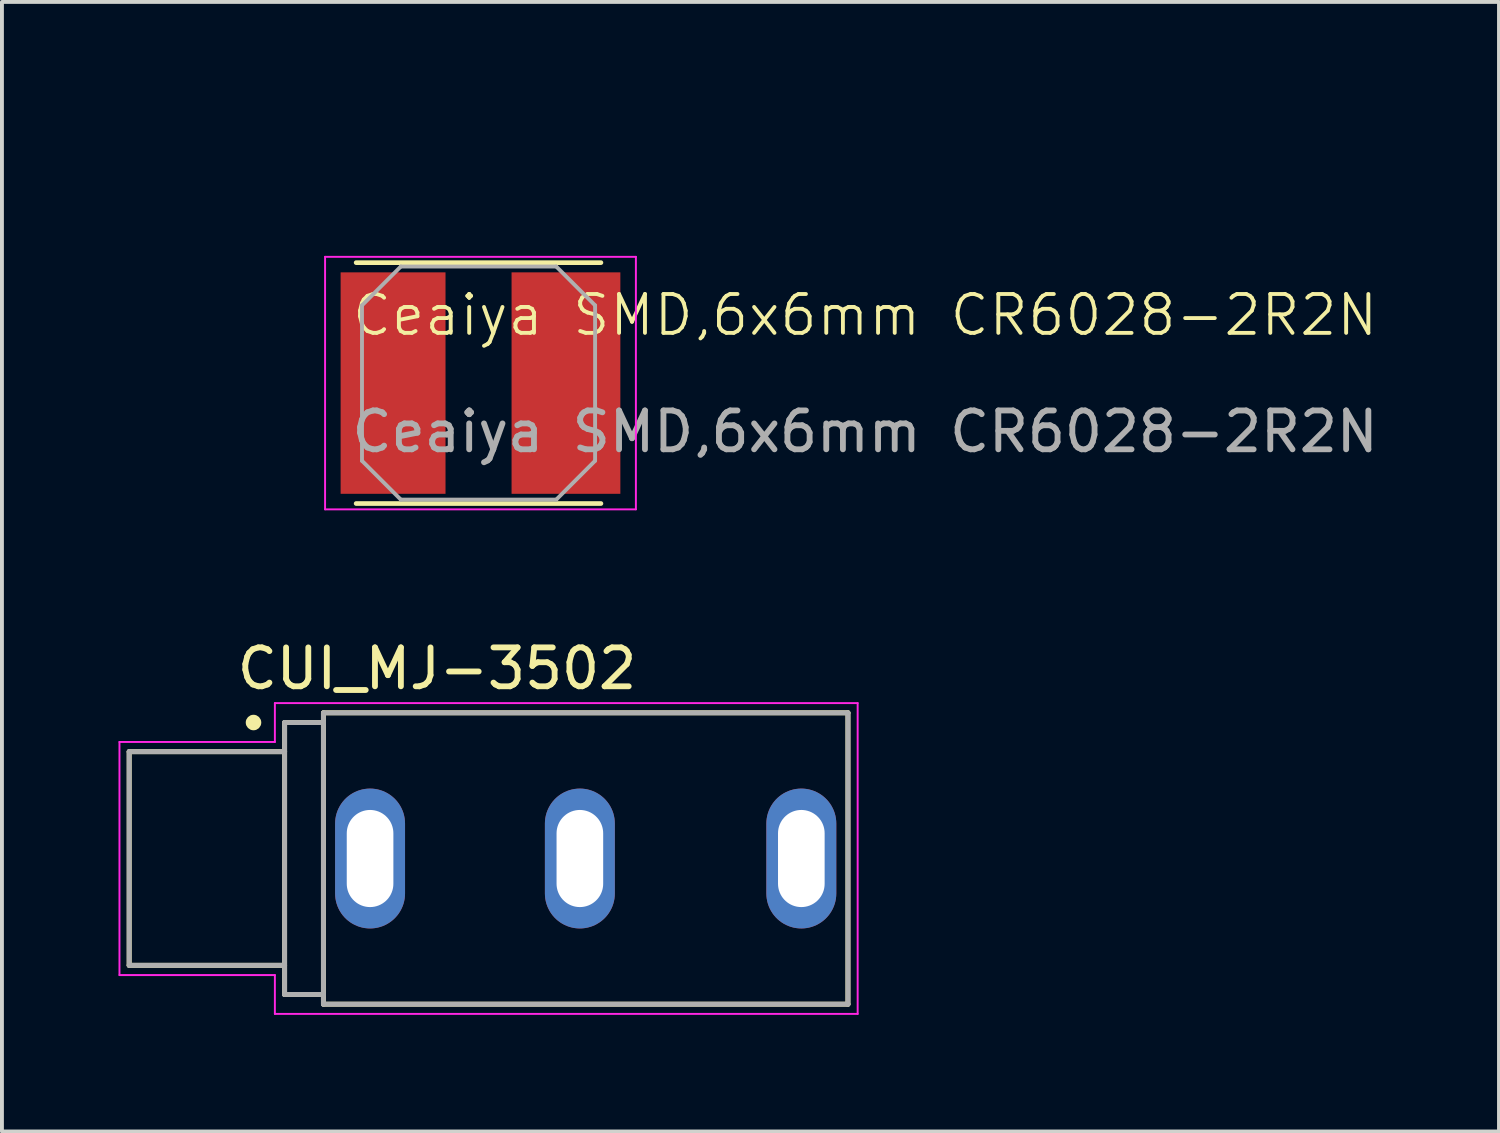
<source format=kicad_pcb>
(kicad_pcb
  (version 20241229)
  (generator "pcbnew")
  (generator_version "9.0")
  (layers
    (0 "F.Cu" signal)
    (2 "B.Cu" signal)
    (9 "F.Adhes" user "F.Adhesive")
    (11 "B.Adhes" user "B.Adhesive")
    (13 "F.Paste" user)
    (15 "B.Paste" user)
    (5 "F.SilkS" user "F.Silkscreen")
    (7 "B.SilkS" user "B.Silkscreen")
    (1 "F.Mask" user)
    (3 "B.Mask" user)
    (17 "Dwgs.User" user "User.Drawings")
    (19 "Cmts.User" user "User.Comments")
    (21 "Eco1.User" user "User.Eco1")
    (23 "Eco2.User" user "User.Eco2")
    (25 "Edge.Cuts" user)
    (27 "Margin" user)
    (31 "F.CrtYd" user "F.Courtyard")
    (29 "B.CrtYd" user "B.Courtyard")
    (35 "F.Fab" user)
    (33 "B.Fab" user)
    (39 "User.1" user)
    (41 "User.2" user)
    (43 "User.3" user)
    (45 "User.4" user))
  (footprint "CUI_MJ-3502"
    (layer "F.Cu")
    (at 12.025 19.047)
    (property "Reference" "CUI_MJ-3502" (at -3.827 -4.888 0) (layer "F.SilkS") (effects (font (size 1.001 1.001) (thickness 0.15))))
    (attr through_hole)
    (fp_line (start -11.75 -2.75) (end -11.75 2.75) (stroke (width 0.127) (type solid)) (layer "F.SilkS"))
    (fp_line (start -11.75 2.75) (end -7.75 2.75) (stroke (width 0.127) (type solid)) (layer "F.SilkS"))
    (fp_line (start -7.75 -3.5) (end -7.75 -2.75) (stroke (width 0.127) (type solid)) (layer "F.SilkS"))
    (fp_line (start -7.75 -2.75) (end -11.75 -2.75) (stroke (width 0.127) (type solid)) (layer "F.SilkS"))
    (fp_line (start -7.75 -2.75) (end -7.75 2.75) (stroke (width 0.127) (type solid)) (layer "F.SilkS"))
    (fp_line (start -7.75 2.75) (end -7.75 3.5) (stroke (width 0.127) (type solid)) (layer "F.SilkS"))
    (fp_line (start -7.75 3.5) (end -6.75 3.5) (stroke (width 0.127) (type solid)) (layer "F.SilkS"))
    (fp_line (start -6.75 -3.75) (end 6.75 -3.75) (stroke (width 0.127) (type solid)) (layer "F.SilkS"))
    (fp_line (start -6.75 -3.5) (end -7.75 -3.5) (stroke (width 0.127) (type solid)) (layer "F.SilkS"))
    (fp_line (start -6.75 -3.5) (end -6.75 -3.75) (stroke (width 0.127) (type solid)) (layer "F.SilkS"))
    (fp_line (start -6.75 3.5) (end -6.75 -3.5) (stroke (width 0.127) (type solid)) (layer "F.SilkS"))
    (fp_line (start -6.75 3.75) (end -6.75 3.5) (stroke (width 0.127) (type solid)) (layer "F.SilkS"))
    (fp_line (start 6.75 -3.75) (end 6.75 3.75) (stroke (width 0.127) (type solid)) (layer "F.SilkS"))
    (fp_line (start 6.75 3.75) (end -6.75 3.75) (stroke (width 0.127) (type solid)) (layer "F.SilkS"))
    (fp_circle (center -8.55 -3.5) (end -8.45 -3.5) (stroke (width 0.2) (type solid)) (fill no) (layer "F.SilkS"))
    (fp_line (start -12 -3) (end -8 -3) (stroke (width 0.05) (type solid)) (layer "F.CrtYd"))
    (fp_line (start -12 3) (end -12 -3) (stroke (width 0.05) (type solid)) (layer "F.CrtYd"))
    (fp_line (start -8 -4) (end 7 -4) (stroke (width 0.05) (type solid)) (layer "F.CrtYd"))
    (fp_line (start -8 -3) (end -8 -4) (stroke (width 0.05) (type solid)) (layer "F.CrtYd"))
    (fp_line (start -8 3) (end -12 3) (stroke (width 0.05) (type solid)) (layer "F.CrtYd"))
    (fp_line (start -8 4) (end -8 3) (stroke (width 0.05) (type solid)) (layer "F.CrtYd"))
    (fp_line (start 7 -4) (end 7 4) (stroke (width 0.05) (type solid)) (layer "F.CrtYd"))
    (fp_line (start 7 4) (end -8 4) (stroke (width 0.05) (type solid)) (layer "F.CrtYd"))
    (fp_line (start -11.75 -2.75) (end -11.75 2.75) (stroke (width 0.127) (type solid)) (layer "F.Fab"))
    (fp_line (start -11.75 2.75) (end -7.8 2.75) (stroke (width 0.127) (type solid)) (layer "F.Fab"))
    (fp_line (start -7.75 -3.5) (end -7.75 -2.75) (stroke (width 0.127) (type solid)) (layer "F.Fab"))
    (fp_line (start -7.75 -2.75) (end -11.75 -2.75) (stroke (width 0.127) (type solid)) (layer "F.Fab"))
    (fp_line (start -7.75 -2.75) (end -7.75 3.5) (stroke (width 0.127) (type solid)) (layer "F.Fab"))
    (fp_line (start -7.75 3.5) (end -6.75 3.5) (stroke (width 0.127) (type solid)) (layer "F.Fab"))
    (fp_line (start -6.75 -3.75) (end 6.75 -3.75) (stroke (width 0.127) (type solid)) (layer "F.Fab"))
    (fp_line (start -6.75 -3.5) (end -7.75 -3.5) (stroke (width 0.127) (type solid)) (layer "F.Fab"))
    (fp_line (start -6.75 -3.5) (end -6.75 -3.75) (stroke (width 0.127) (type solid)) (layer "F.Fab"))
    (fp_line (start -6.75 3.5) (end -6.75 -3.5) (stroke (width 0.127) (type solid)) (layer "F.Fab"))
    (fp_line (start -6.75 3.75) (end -6.75 3.5) (stroke (width 0.127) (type solid)) (layer "F.Fab"))
    (fp_line (start 6.75 -3.75) (end 6.75 3.75) (stroke (width 0.127) (type solid)) (layer "F.Fab"))
    (fp_line (start 6.75 3.75) (end -6.75 3.75) (stroke (width 0.127) (type solid)) (layer "F.Fab"))
    (pad "1" thru_hole oval (at -5.55 0) (size 1.8 3.6) (drill oval 1.2 2.5) (layers "*.Cu" "*.Mask"))
    (pad "2" thru_hole oval (at -0.15 0) (size 1.8 3.6) (drill oval 1.2 2.5) (layers "*.Cu" "*.Mask"))
    (pad "3" thru_hole oval (at 5.55 0) (size 1.8 3.6) (drill oval 1.2 2.5) (layers "*.Cu" "*.Mask")))
  (footprint "Ceaiya SMD,6x6mm CR6028-2R2N"
    (layer "F.Cu")
    (at 12.717 10.06)
    (property "Reference" "Ceaiya SMD,6x6mm CR6028-2R2N" (at 6.5 -5 0) (unlocked yes) (layer "F.SilkS") (effects (font (size 1 1) (thickness 0.1))))
    (attr through_hole)
    (fp_line (start -6.6 -6.35) (end -0.3 -6.35) (stroke (width 0.12) (type solid)) (layer "F.SilkS"))
    (fp_line (start -6.6 -0.15) (end -0.3 -0.15) (stroke (width 0.12) (type solid)) (layer "F.SilkS"))
    (fp_line (start -7.4 -6.5) (end -7.4 0) (stroke (width 0.05) (type solid)) (layer "F.CrtYd"))
    (fp_line (start -7.4 0) (end 0.6 0) (stroke (width 0.05) (type solid)) (layer "F.CrtYd"))
    (fp_line (start 0.6 -6.5) (end -7.4 -6.5) (stroke (width 0.05) (type solid)) (layer "F.CrtYd"))
    (fp_line (start 0.6 0) (end 0.6 -6.5) (stroke (width 0.05) (type solid)) (layer "F.CrtYd"))
    (fp_line (start -6.45 -5.25) (end -5.45 -6.25) (stroke (width 0.1) (type solid)) (layer "F.Fab"))
    (fp_line (start -6.45 -1.25) (end -6.45 -5.25) (stroke (width 0.1) (type solid)) (layer "F.Fab"))
    (fp_line (start -6.45 -1.25) (end -5.45 -0.25) (stroke (width 0.1) (type solid)) (layer "F.Fab"))
    (fp_line (start -5.45 -6.25) (end -1.45 -6.25) (stroke (width 0.1) (type solid)) (layer "F.Fab"))
    (fp_line (start -5.45 -0.25) (end -1.45 -0.25) (stroke (width 0.1) (type solid)) (layer "F.Fab"))
    (fp_line (start -0.45 -5.25) (end -1.45 -6.25) (stroke (width 0.1) (type solid)) (layer "F.Fab"))
    (fp_line (start -0.45 -1.25) (end -1.45 -0.25) (stroke (width 0.1) (type solid)) (layer "F.Fab"))
    (fp_line (start -0.45 -1.25) (end -0.45 -5.25) (stroke (width 0.1) (type solid)) (layer "F.Fab"))
    (fp_text user "${REFERENCE}" (at 6.5 -2 0) (unlocked yes) (layer "F.Fab") (effects (font (size 1 1) (thickness 0.15))))
    (dimension (type orthogonal) (layer "User.1") (pts (xy 9.267 3.811) (xy 9.417 9.661)) (height -6.45) (orientation 1) (format (prefix "") (suffix "") (units 3) (units_format 0) (precision 4) (suppress_zeroes yes)) (style (thickness 0.1) (arrow_length 1.27) (text_position_mode 0) (arrow_direction outward) (extension_height 0.586) (extension_offset 0.5) (keep_text_aligned yes)) (gr_text "5.85" (at 1.717 6.736 90) (layer "User.1") (effects (font (size 1 1) (thickness 0.1)))))
    (dimension (type orthogonal) (layer "User.1") (pts (xy 6.117 6.811) (xy 12.417 6.811)) (height -4.95) (orientation 0) (format (prefix "") (suffix "") (units 3) (units_format 0) (precision 4) (suppress_zeroes yes)) (style (thickness 0.1) (arrow_length 1.27) (text_position_mode 0) (arrow_direction outward) (extension_height 0.586) (extension_offset 0.5) (keep_text_aligned yes)) (gr_text "6.3" (at 9.267 0.76 0) (layer "User.1") (effects (font (size 1 1) (thickness 0.1)))))
    (pad "1" smd rect (at -5.65 -3.25) (size 2.7 5.7) (layers "F.Cu" "F.Mask" "F.Paste"))
    (pad "2" smd rect (at -1.2 -3.25) (size 2.8 5.7) (layers "F.Cu" "F.Mask" "F.Paste")))
  (gr_rect
    (start -3 -3)
    (end 35.532 26.072)
    (stroke (width 0.1) (type default))
    (fill no)
    (layer "Edge.Cuts")))
</source>
